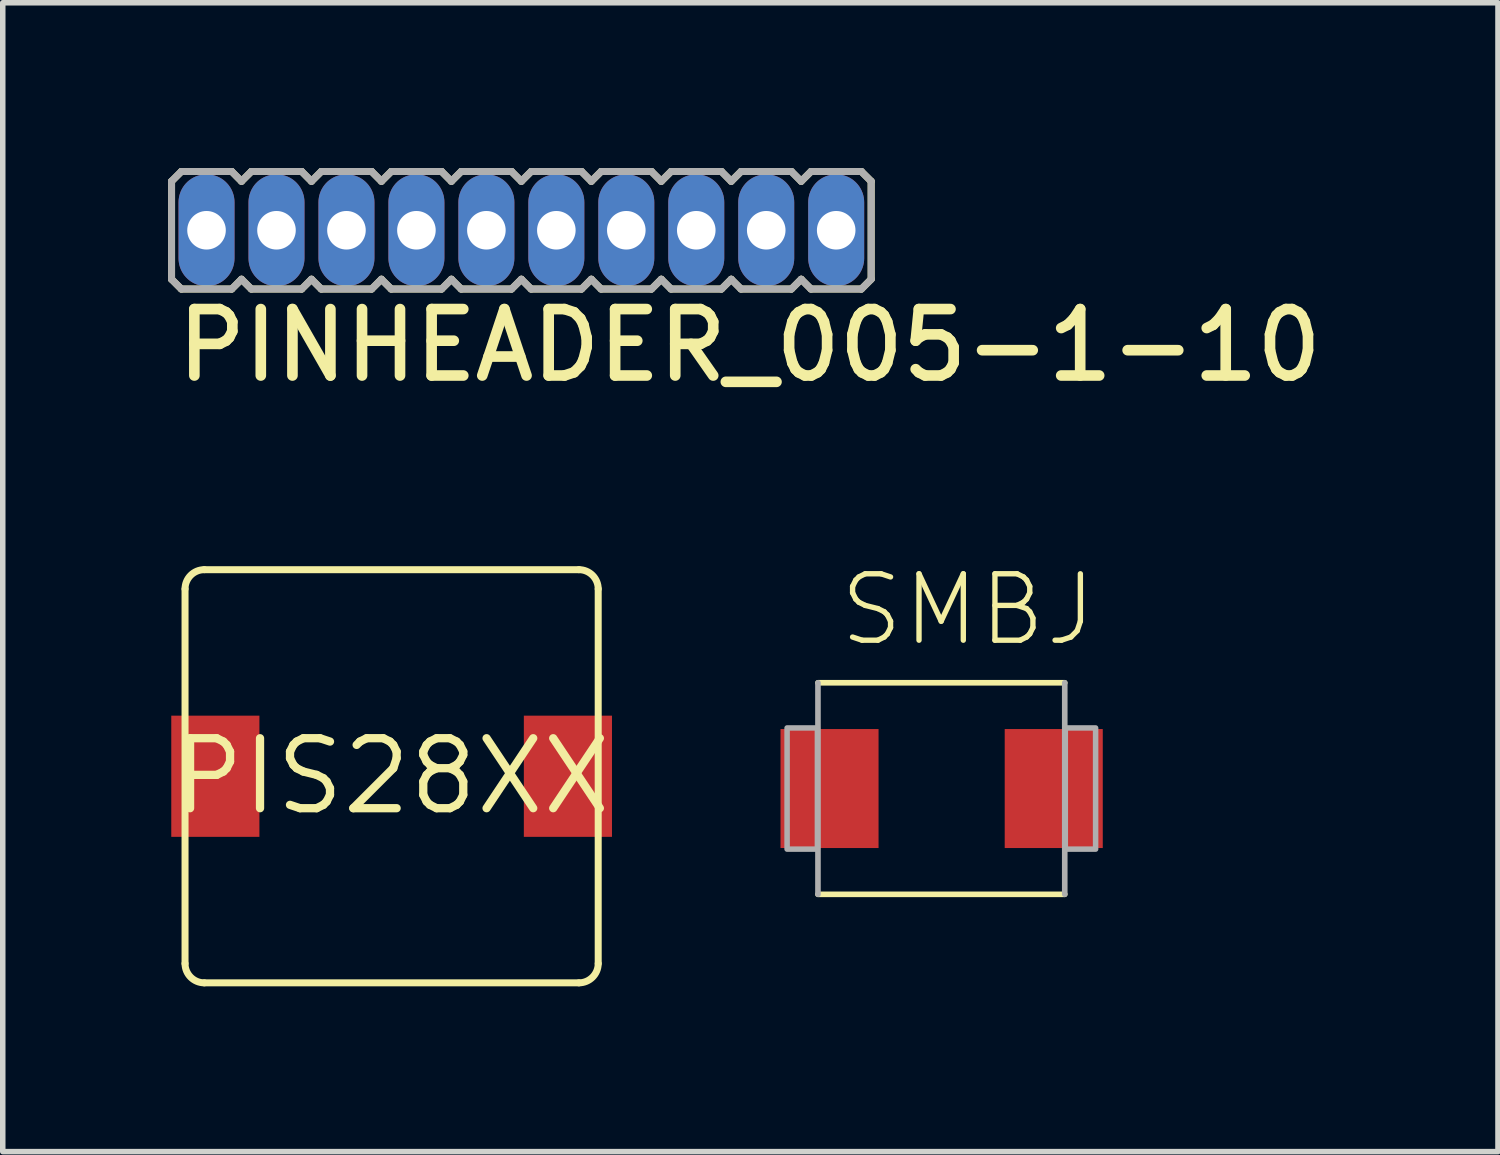
<source format=kicad_pcb>
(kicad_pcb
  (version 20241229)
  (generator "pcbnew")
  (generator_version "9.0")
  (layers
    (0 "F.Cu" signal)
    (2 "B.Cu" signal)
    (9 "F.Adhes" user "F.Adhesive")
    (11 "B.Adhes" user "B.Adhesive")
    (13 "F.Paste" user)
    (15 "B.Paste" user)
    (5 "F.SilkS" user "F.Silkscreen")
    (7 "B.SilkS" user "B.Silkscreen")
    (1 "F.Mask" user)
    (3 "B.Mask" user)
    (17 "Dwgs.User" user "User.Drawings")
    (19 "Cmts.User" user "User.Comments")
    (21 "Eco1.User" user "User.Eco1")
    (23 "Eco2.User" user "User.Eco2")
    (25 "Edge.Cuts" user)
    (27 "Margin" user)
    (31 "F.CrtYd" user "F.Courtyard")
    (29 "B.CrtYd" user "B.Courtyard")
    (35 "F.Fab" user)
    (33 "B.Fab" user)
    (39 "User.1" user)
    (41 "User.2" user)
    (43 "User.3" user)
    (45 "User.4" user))
  (footprint "PIS28XX"
    (layer "F.Cu")
    (at 4.059 11.041)
    (property "Reference" "PIS28XX" (at 0 0 0) (layer "F.SilkS") (effects (font (size 1.27 1.27) (thickness 0.15))))
    (attr through_hole)
    (fp_line (start -3.75 3.4) (end -3.75 -3.4) (stroke (width 0.127) (type solid)) (layer "F.SilkS"))
    (fp_line (start -3.4 -3.75) (end 3.4 -3.75) (stroke (width 0.127) (type solid)) (layer "F.SilkS"))
    (fp_line (start 3.4 3.75) (end -3.4 3.75) (stroke (width 0.127) (type solid)) (layer "F.SilkS"))
    (fp_line (start 3.75 3.4) (end 3.75 -3.4) (stroke (width 0.127) (type solid)) (layer "F.SilkS"))
    (fp_arc (start -3.75 -3.4) (mid -3.647487 -3.647487) (end -3.4 -3.75) (stroke (width 0.127) (type solid)) (layer "F.SilkS"))
    (fp_arc (start -3.4 3.75) (mid -3.647487 3.647487) (end -3.75 3.4) (stroke (width 0.127) (type solid)) (layer "F.SilkS"))
    (fp_arc (start 3.4 -3.75) (mid 3.647487 -3.647487) (end 3.75 -3.4) (stroke (width 0.127) (type solid)) (layer "F.SilkS"))
    (fp_arc (start 3.75 3.4) (mid 3.647487 3.647487) (end 3.4 3.75) (stroke (width 0.127) (type solid)) (layer "F.SilkS"))
    (pad "1" smd rect (at -3.2 0 90) (size 2.2 1.6) (layers "F.Cu" "F.Mask" "F.Paste"))
    (pad "2" smd rect (at 3.2 0 90) (size 2.2 1.6) (layers "F.Cu" "F.Mask" "F.Paste")))
  (footprint "PINHEADER_005-1-10"
    (layer "F.Cu")
    (at 0.699 1.13)
    (property "Reference" "PINHEADER_005-1-10" (at -0.635 2.794 180) (layer "F.SilkS") (effects (font (size 1.206 1.206) (thickness 0.193)) (justify left bottom)))
    (attr through_hole)
    (fp_line (start -0.635 -0.889) (end -0.457 -1.067) (stroke (width 0.127) (type solid)) (layer "F.SilkS"))
    (fp_line (start -0.635 0.889) (end -0.635 -0.889) (stroke (width 0.127) (type solid)) (layer "F.SilkS"))
    (fp_line (start -0.457 -1.067) (end 0.457 -1.067) (stroke (width 0.127) (type solid)) (layer "F.SilkS"))
    (fp_line (start -0.457 1.067) (end -0.635 0.889) (stroke (width 0.127) (type solid)) (layer "F.SilkS"))
    (fp_line (start 0.457 -1.067) (end 0.635 -0.889) (stroke (width 0.127) (type solid)) (layer "F.SilkS"))
    (fp_line (start 0.457 1.067) (end -0.457 1.067) (stroke (width 0.127) (type solid)) (layer "F.SilkS"))
    (fp_line (start 0.635 -0.889) (end 0.813 -1.067) (stroke (width 0.127) (type solid)) (layer "F.SilkS"))
    (fp_line (start 0.635 0.889) (end 0.457 1.067) (stroke (width 0.127) (type solid)) (layer "F.SilkS"))
    (fp_line (start 0.813 -1.067) (end 1.727 -1.067) (stroke (width 0.127) (type solid)) (layer "F.SilkS"))
    (fp_line (start 0.813 1.067) (end 0.635 0.889) (stroke (width 0.127) (type solid)) (layer "F.SilkS"))
    (fp_line (start 1.727 -1.067) (end 1.905 -0.889) (stroke (width 0.127) (type solid)) (layer "F.SilkS"))
    (fp_line (start 1.727 1.067) (end 0.813 1.067) (stroke (width 0.127) (type solid)) (layer "F.SilkS"))
    (fp_line (start 1.905 -0.889) (end 2.083 -1.067) (stroke (width 0.127) (type solid)) (layer "F.SilkS"))
    (fp_line (start 1.905 0.889) (end 1.727 1.067) (stroke (width 0.127) (type solid)) (layer "F.SilkS"))
    (fp_line (start 2.083 -1.067) (end 2.997 -1.067) (stroke (width 0.127) (type solid)) (layer "F.SilkS"))
    (fp_line (start 2.083 1.067) (end 1.905 0.889) (stroke (width 0.127) (type solid)) (layer "F.SilkS"))
    (fp_line (start 2.997 -1.067) (end 3.175 -0.889) (stroke (width 0.127) (type solid)) (layer "F.SilkS"))
    (fp_line (start 2.997 1.067) (end 2.083 1.067) (stroke (width 0.127) (type solid)) (layer "F.SilkS"))
    (fp_line (start 3.175 -0.889) (end 3.353 -1.067) (stroke (width 0.127) (type solid)) (layer "F.SilkS"))
    (fp_line (start 3.175 0.889) (end 2.997 1.067) (stroke (width 0.127) (type solid)) (layer "F.SilkS"))
    (fp_line (start 3.353 -1.067) (end 4.267 -1.067) (stroke (width 0.127) (type solid)) (layer "F.SilkS"))
    (fp_line (start 3.353 1.067) (end 3.175 0.889) (stroke (width 0.127) (type solid)) (layer "F.SilkS"))
    (fp_line (start 4.267 -1.067) (end 4.445 -0.889) (stroke (width 0.127) (type solid)) (layer "F.SilkS"))
    (fp_line (start 4.267 1.067) (end 3.353 1.067) (stroke (width 0.127) (type solid)) (layer "F.SilkS"))
    (fp_line (start 4.445 -0.889) (end 4.623 -1.067) (stroke (width 0.127) (type solid)) (layer "F.SilkS"))
    (fp_line (start 4.445 0.889) (end 4.267 1.067) (stroke (width 0.127) (type solid)) (layer "F.SilkS"))
    (fp_line (start 4.623 -1.067) (end 5.537 -1.067) (stroke (width 0.127) (type solid)) (layer "F.SilkS"))
    (fp_line (start 4.623 1.067) (end 4.445 0.889) (stroke (width 0.127) (type solid)) (layer "F.SilkS"))
    (fp_line (start 5.537 -1.067) (end 5.715 -0.889) (stroke (width 0.127) (type solid)) (layer "F.SilkS"))
    (fp_line (start 5.537 1.067) (end 4.623 1.067) (stroke (width 0.127) (type solid)) (layer "F.SilkS"))
    (fp_line (start 5.715 -0.889) (end 5.893 -1.067) (stroke (width 0.127) (type solid)) (layer "F.SilkS"))
    (fp_line (start 5.715 0.889) (end 5.537 1.067) (stroke (width 0.127) (type solid)) (layer "F.SilkS"))
    (fp_line (start 5.893 -1.067) (end 6.807 -1.067) (stroke (width 0.127) (type solid)) (layer "F.SilkS"))
    (fp_line (start 5.893 1.067) (end 5.715 0.889) (stroke (width 0.127) (type solid)) (layer "F.SilkS"))
    (fp_line (start 6.807 -1.067) (end 6.985 -0.889) (stroke (width 0.127) (type solid)) (layer "F.SilkS"))
    (fp_line (start 6.807 1.067) (end 5.893 1.067) (stroke (width 0.127) (type solid)) (layer "F.SilkS"))
    (fp_line (start 6.985 -0.889) (end 7.163 -1.067) (stroke (width 0.127) (type solid)) (layer "F.SilkS"))
    (fp_line (start 6.985 0.889) (end 6.807 1.067) (stroke (width 0.127) (type solid)) (layer "F.SilkS"))
    (fp_line (start 7.163 -1.067) (end 8.077 -1.067) (stroke (width 0.127) (type solid)) (layer "F.SilkS"))
    (fp_line (start 7.163 1.067) (end 6.985 0.889) (stroke (width 0.127) (type solid)) (layer "F.SilkS"))
    (fp_line (start 8.077 -1.067) (end 8.255 -0.889) (stroke (width 0.127) (type solid)) (layer "F.SilkS"))
    (fp_line (start 8.077 1.067) (end 7.163 1.067) (stroke (width 0.127) (type solid)) (layer "F.SilkS"))
    (fp_line (start 8.255 -0.889) (end 8.433 -1.067) (stroke (width 0.127) (type solid)) (layer "F.SilkS"))
    (fp_line (start 8.255 0.889) (end 8.077 1.067) (stroke (width 0.127) (type solid)) (layer "F.SilkS"))
    (fp_line (start 8.433 -1.067) (end 9.347 -1.067) (stroke (width 0.127) (type solid)) (layer "F.SilkS"))
    (fp_line (start 8.433 1.067) (end 8.255 0.889) (stroke (width 0.127) (type solid)) (layer "F.SilkS"))
    (fp_line (start 9.347 -1.067) (end 9.525 -0.889) (stroke (width 0.127) (type solid)) (layer "F.SilkS"))
    (fp_line (start 9.347 1.067) (end 8.433 1.067) (stroke (width 0.127) (type solid)) (layer "F.SilkS"))
    (fp_line (start 9.525 -0.889) (end 9.703 -1.067) (stroke (width 0.127) (type solid)) (layer "F.SilkS"))
    (fp_line (start 9.525 0.889) (end 9.347 1.067) (stroke (width 0.127) (type solid)) (layer "F.SilkS"))
    (fp_line (start 9.703 -1.067) (end 10.617 -1.067) (stroke (width 0.127) (type solid)) (layer "F.SilkS"))
    (fp_line (start 9.703 1.067) (end 9.525 0.889) (stroke (width 0.127) (type solid)) (layer "F.SilkS"))
    (fp_line (start 10.617 -1.067) (end 10.795 -0.889) (stroke (width 0.127) (type solid)) (layer "F.SilkS"))
    (fp_line (start 10.617 1.067) (end 9.703 1.067) (stroke (width 0.127) (type solid)) (layer "F.SilkS"))
    (fp_line (start 10.795 -0.889) (end 10.973 -1.067) (stroke (width 0.127) (type solid)) (layer "F.SilkS"))
    (fp_line (start 10.795 0.889) (end 10.617 1.067) (stroke (width 0.127) (type solid)) (layer "F.SilkS"))
    (fp_line (start 10.973 -1.067) (end 11.887 -1.067) (stroke (width 0.127) (type solid)) (layer "F.SilkS"))
    (fp_line (start 10.973 1.067) (end 10.795 0.889) (stroke (width 0.127) (type solid)) (layer "F.SilkS"))
    (fp_line (start 11.887 -1.067) (end 12.065 -0.889) (stroke (width 0.127) (type solid)) (layer "F.SilkS"))
    (fp_line (start 11.887 1.067) (end 10.973 1.067) (stroke (width 0.127) (type solid)) (layer "F.SilkS"))
    (fp_line (start 12.065 -0.889) (end 12.065 0.889) (stroke (width 0.127) (type solid)) (layer "F.SilkS"))
    (fp_line (start 12.065 0.889) (end 11.887 1.067) (stroke (width 0.127) (type solid)) (layer "F.SilkS"))
    (fp_line (start -0.635 -0.889) (end -0.457 -1.067) (stroke (width 0.127) (type solid)) (layer "F.Fab"))
    (fp_line (start -0.635 0.889) (end -0.635 -0.889) (stroke (width 0.127) (type solid)) (layer "F.Fab"))
    (fp_line (start -0.457 -1.067) (end 0.457 -1.067) (stroke (width 0.127) (type solid)) (layer "F.Fab"))
    (fp_line (start -0.457 1.067) (end -0.635 0.889) (stroke (width 0.127) (type solid)) (layer "F.Fab"))
    (fp_line (start 0.457 -1.067) (end 0.635 -0.889) (stroke (width 0.127) (type solid)) (layer "F.Fab"))
    (fp_line (start 0.457 1.067) (end -0.457 1.067) (stroke (width 0.127) (type solid)) (layer "F.Fab"))
    (fp_line (start 0.635 -0.889) (end 0.813 -1.067) (stroke (width 0.127) (type solid)) (layer "F.Fab"))
    (fp_line (start 0.635 0.889) (end 0.457 1.067) (stroke (width 0.127) (type solid)) (layer "F.Fab"))
    (fp_line (start 0.813 -1.067) (end 1.727 -1.067) (stroke (width 0.127) (type solid)) (layer "F.Fab"))
    (fp_line (start 0.813 1.067) (end 0.635 0.889) (stroke (width 0.127) (type solid)) (layer "F.Fab"))
    (fp_line (start 1.727 -1.067) (end 1.905 -0.889) (stroke (width 0.127) (type solid)) (layer "F.Fab"))
    (fp_line (start 1.727 1.067) (end 0.813 1.067) (stroke (width 0.127) (type solid)) (layer "F.Fab"))
    (fp_line (start 1.905 -0.889) (end 2.083 -1.067) (stroke (width 0.127) (type solid)) (layer "F.Fab"))
    (fp_line (start 1.905 0.889) (end 1.727 1.067) (stroke (width 0.127) (type solid)) (layer "F.Fab"))
    (fp_line (start 2.083 -1.067) (end 2.997 -1.067) (stroke (width 0.127) (type solid)) (layer "F.Fab"))
    (fp_line (start 2.083 1.067) (end 1.905 0.889) (stroke (width 0.127) (type solid)) (layer "F.Fab"))
    (fp_line (start 2.997 -1.067) (end 3.175 -0.889) (stroke (width 0.127) (type solid)) (layer "F.Fab"))
    (fp_line (start 2.997 1.067) (end 2.083 1.067) (stroke (width 0.127) (type solid)) (layer "F.Fab"))
    (fp_line (start 3.175 -0.889) (end 3.353 -1.067) (stroke (width 0.127) (type solid)) (layer "F.Fab"))
    (fp_line (start 3.175 0.889) (end 2.997 1.067) (stroke (width 0.127) (type solid)) (layer "F.Fab"))
    (fp_line (start 3.353 -1.067) (end 4.267 -1.067) (stroke (width 0.127) (type solid)) (layer "F.Fab"))
    (fp_line (start 3.353 1.067) (end 3.175 0.889) (stroke (width 0.127) (type solid)) (layer "F.Fab"))
    (fp_line (start 4.267 -1.067) (end 4.445 -0.889) (stroke (width 0.127) (type solid)) (layer "F.Fab"))
    (fp_line (start 4.267 1.067) (end 3.353 1.067) (stroke (width 0.127) (type solid)) (layer "F.Fab"))
    (fp_line (start 4.445 -0.889) (end 4.623 -1.067) (stroke (width 0.127) (type solid)) (layer "F.Fab"))
    (fp_line (start 4.445 0.889) (end 4.267 1.067) (stroke (width 0.127) (type solid)) (layer "F.Fab"))
    (fp_line (start 4.623 -1.067) (end 5.537 -1.067) (stroke (width 0.127) (type solid)) (layer "F.Fab"))
    (fp_line (start 4.623 1.067) (end 4.445 0.889) (stroke (width 0.127) (type solid)) (layer "F.Fab"))
    (fp_line (start 5.537 -1.067) (end 5.715 -0.889) (stroke (width 0.127) (type solid)) (layer "F.Fab"))
    (fp_line (start 5.537 1.067) (end 4.623 1.067) (stroke (width 0.127) (type solid)) (layer "F.Fab"))
    (fp_line (start 5.715 -0.889) (end 5.893 -1.067) (stroke (width 0.127) (type solid)) (layer "F.Fab"))
    (fp_line (start 5.715 0.889) (end 5.537 1.067) (stroke (width 0.127) (type solid)) (layer "F.Fab"))
    (fp_line (start 5.893 -1.067) (end 6.807 -1.067) (stroke (width 0.127) (type solid)) (layer "F.Fab"))
    (fp_line (start 5.893 1.067) (end 5.715 0.889) (stroke (width 0.127) (type solid)) (layer "F.Fab"))
    (fp_line (start 6.807 -1.067) (end 6.985 -0.889) (stroke (width 0.127) (type solid)) (layer "F.Fab"))
    (fp_line (start 6.807 1.067) (end 5.893 1.067) (stroke (width 0.127) (type solid)) (layer "F.Fab"))
    (fp_line (start 6.985 -0.889) (end 7.163 -1.067) (stroke (width 0.127) (type solid)) (layer "F.Fab"))
    (fp_line (start 6.985 0.889) (end 6.807 1.067) (stroke (width 0.127) (type solid)) (layer "F.Fab"))
    (fp_line (start 7.163 -1.067) (end 8.077 -1.067) (stroke (width 0.127) (type solid)) (layer "F.Fab"))
    (fp_line (start 7.163 1.067) (end 6.985 0.889) (stroke (width 0.127) (type solid)) (layer "F.Fab"))
    (fp_line (start 8.077 -1.067) (end 8.255 -0.889) (stroke (width 0.127) (type solid)) (layer "F.Fab"))
    (fp_line (start 8.077 1.067) (end 7.163 1.067) (stroke (width 0.127) (type solid)) (layer "F.Fab"))
    (fp_line (start 8.255 -0.889) (end 8.433 -1.067) (stroke (width 0.127) (type solid)) (layer "F.Fab"))
    (fp_line (start 8.255 0.889) (end 8.077 1.067) (stroke (width 0.127) (type solid)) (layer "F.Fab"))
    (fp_line (start 8.433 -1.067) (end 9.347 -1.067) (stroke (width 0.127) (type solid)) (layer "F.Fab"))
    (fp_line (start 8.433 1.067) (end 8.255 0.889) (stroke (width 0.127) (type solid)) (layer "F.Fab"))
    (fp_line (start 9.347 -1.067) (end 9.525 -0.889) (stroke (width 0.127) (type solid)) (layer "F.Fab"))
    (fp_line (start 9.347 1.067) (end 8.433 1.067) (stroke (width 0.127) (type solid)) (layer "F.Fab"))
    (fp_line (start 9.525 -0.889) (end 9.703 -1.067) (stroke (width 0.127) (type solid)) (layer "F.Fab"))
    (fp_line (start 9.525 0.889) (end 9.347 1.067) (stroke (width 0.127) (type solid)) (layer "F.Fab"))
    (fp_line (start 9.703 -1.067) (end 10.617 -1.067) (stroke (width 0.127) (type solid)) (layer "F.Fab"))
    (fp_line (start 9.703 1.067) (end 9.525 0.889) (stroke (width 0.127) (type solid)) (layer "F.Fab"))
    (fp_line (start 10.617 -1.067) (end 10.795 -0.889) (stroke (width 0.127) (type solid)) (layer "F.Fab"))
    (fp_line (start 10.617 1.067) (end 9.703 1.067) (stroke (width 0.127) (type solid)) (layer "F.Fab"))
    (fp_line (start 10.795 -0.889) (end 10.973 -1.067) (stroke (width 0.127) (type solid)) (layer "F.Fab"))
    (fp_line (start 10.795 0.889) (end 10.617 1.067) (stroke (width 0.127) (type solid)) (layer "F.Fab"))
    (fp_line (start 10.973 -1.067) (end 11.887 -1.067) (stroke (width 0.127) (type solid)) (layer "F.Fab"))
    (fp_line (start 10.973 1.067) (end 10.795 0.889) (stroke (width 0.127) (type solid)) (layer "F.Fab"))
    (fp_line (start 11.887 -1.067) (end 12.065 -0.889) (stroke (width 0.127) (type solid)) (layer "F.Fab"))
    (fp_line (start 11.887 1.067) (end 10.973 1.067) (stroke (width 0.127) (type solid)) (layer "F.Fab"))
    (fp_line (start 12.065 -0.889) (end 12.065 0.889) (stroke (width 0.127) (type solid)) (layer "F.Fab"))
    (fp_line (start 12.065 0.889) (end 11.887 1.067) (stroke (width 0.127) (type solid)) (layer "F.Fab"))
    (fp_poly (pts (xy -0.2 0.2) (xy 0.2 0.2) (xy 0.2 -0.2) (xy -0.2 -0.2)) (stroke (width 0.1) (type solid)) (fill no) (layer "F.Fab"))
    (fp_poly (pts (xy 1.07 0.2) (xy 1.47 0.2) (xy 1.47 -0.2) (xy 1.07 -0.2)) (stroke (width 0.1) (type solid)) (fill no) (layer "F.Fab"))
    (fp_poly (pts (xy 2.34 0.2) (xy 2.74 0.2) (xy 2.74 -0.2) (xy 2.34 -0.2)) (stroke (width 0.1) (type solid)) (fill no) (layer "F.Fab"))
    (fp_poly (pts (xy 3.61 0.2) (xy 4.01 0.2) (xy 4.01 -0.2) (xy 3.61 -0.2)) (stroke (width 0.1) (type solid)) (fill no) (layer "F.Fab"))
    (fp_poly (pts (xy 4.88 0.2) (xy 5.28 0.2) (xy 5.28 -0.2) (xy 4.88 -0.2)) (stroke (width 0.1) (type solid)) (fill no) (layer "F.Fab"))
    (fp_poly (pts (xy 6.15 0.2) (xy 6.55 0.2) (xy 6.55 -0.2) (xy 6.15 -0.2)) (stroke (width 0.1) (type solid)) (fill no) (layer "F.Fab"))
    (fp_poly (pts (xy 7.42 0.2) (xy 7.82 0.2) (xy 7.82 -0.2) (xy 7.42 -0.2)) (stroke (width 0.1) (type solid)) (fill no) (layer "F.Fab"))
    (fp_poly (pts (xy 8.69 0.2) (xy 9.09 0.2) (xy 9.09 -0.2) (xy 8.69 -0.2)) (stroke (width 0.1) (type solid)) (fill no) (layer "F.Fab"))
    (fp_poly (pts (xy 9.96 0.2) (xy 10.36 0.2) (xy 10.36 -0.2) (xy 9.96 -0.2)) (stroke (width 0.1) (type solid)) (fill no) (layer "F.Fab"))
    (fp_poly (pts (xy 11.23 0.2) (xy 11.63 0.2) (xy 11.63 -0.2) (xy 11.23 -0.2)) (stroke (width 0.1) (type solid)) (fill no) (layer "F.Fab"))
    (pad "1" thru_hole oval (at 0 0 90) (size 2.032 1.016) (drill 0.7) (layers "*.Cu" "*.Mask"))
    (pad "2" thru_hole oval (at 1.27 0 90) (size 2.032 1.016) (drill 0.7) (layers "*.Cu" "*.Mask"))
    (pad "3" thru_hole oval (at 2.54 0 90) (size 2.032 1.016) (drill 0.7) (layers "*.Cu" "*.Mask"))
    (pad "4" thru_hole oval (at 3.81 0 90) (size 2.032 1.016) (drill 0.7) (layers "*.Cu" "*.Mask"))
    (pad "5" thru_hole oval (at 5.08 0 90) (size 2.032 1.016) (drill 0.7) (layers "*.Cu" "*.Mask"))
    (pad "6" thru_hole oval (at 6.35 0 90) (size 2.032 1.016) (drill 0.7) (layers "*.Cu" "*.Mask"))
    (pad "7" thru_hole oval (at 7.62 0 90) (size 2.032 1.016) (drill 0.7) (layers "*.Cu" "*.Mask"))
    (pad "8" thru_hole oval (at 8.89 0 90) (size 2.032 1.016) (drill 0.7) (layers "*.Cu" "*.Mask"))
    (pad "9" thru_hole oval (at 10.16 0 90) (size 2.032 1.016) (drill 0.7) (layers "*.Cu" "*.Mask"))
    (pad "10" thru_hole oval (at 11.43 0 90) (size 2.032 1.016) (drill 0.7) (layers "*.Cu" "*.Mask")))
  (footprint "SMBJ"
    (layer "F.Cu")
    (at 14.038 11.264)
    (property "Reference" "SMBJ" (at -1.905 -2.54 180) (layer "F.SilkS") (effects (font (size 1.206 1.206) (thickness 0.097)) (justify left bottom)))
    (attr through_hole)
    (fp_line (start -2.24 -1.92) (end 2.24 -1.92) (stroke (width 0.102) (type solid)) (layer "F.SilkS"))
    (fp_line (start 2.24 1.92) (end -2.24 1.92) (stroke (width 0.102) (type solid)) (layer "F.SilkS"))
    (fp_line (start -2.24 1.92) (end -2.24 -1.92) (stroke (width 0.102) (type solid)) (layer "F.Fab"))
    (fp_line (start 2.24 -1.92) (end 2.24 1.92) (stroke (width 0.102) (type solid)) (layer "F.Fab"))
    (fp_poly (pts (xy -2.8 1.1) (xy -2.25 1.1) (xy -2.25 -1.1) (xy -2.8 -1.1)) (stroke (width 0.1) (type solid)) (fill no) (layer "F.Fab"))
    (fp_poly (pts (xy 2.25 1.1) (xy 2.8 1.1) (xy 2.8 -1.1) (xy 2.25 -1.1)) (stroke (width 0.1) (type solid)) (fill no) (layer "F.Fab"))
    (pad "A" smd rect (at 2.04 0 180) (size 1.78 2.16) (layers "F.Cu" "F.Mask" "F.Paste"))
    (pad "C" smd rect (at -2.03 0) (size 1.78 2.16) (layers "F.Cu" "F.Mask" "F.Paste")))
  (gr_rect
    (start -3 -3)
    (end 24.142 17.855)
    (stroke (width 0.1) (type default))
    (fill no)
    (layer "Edge.Cuts")))
</source>
